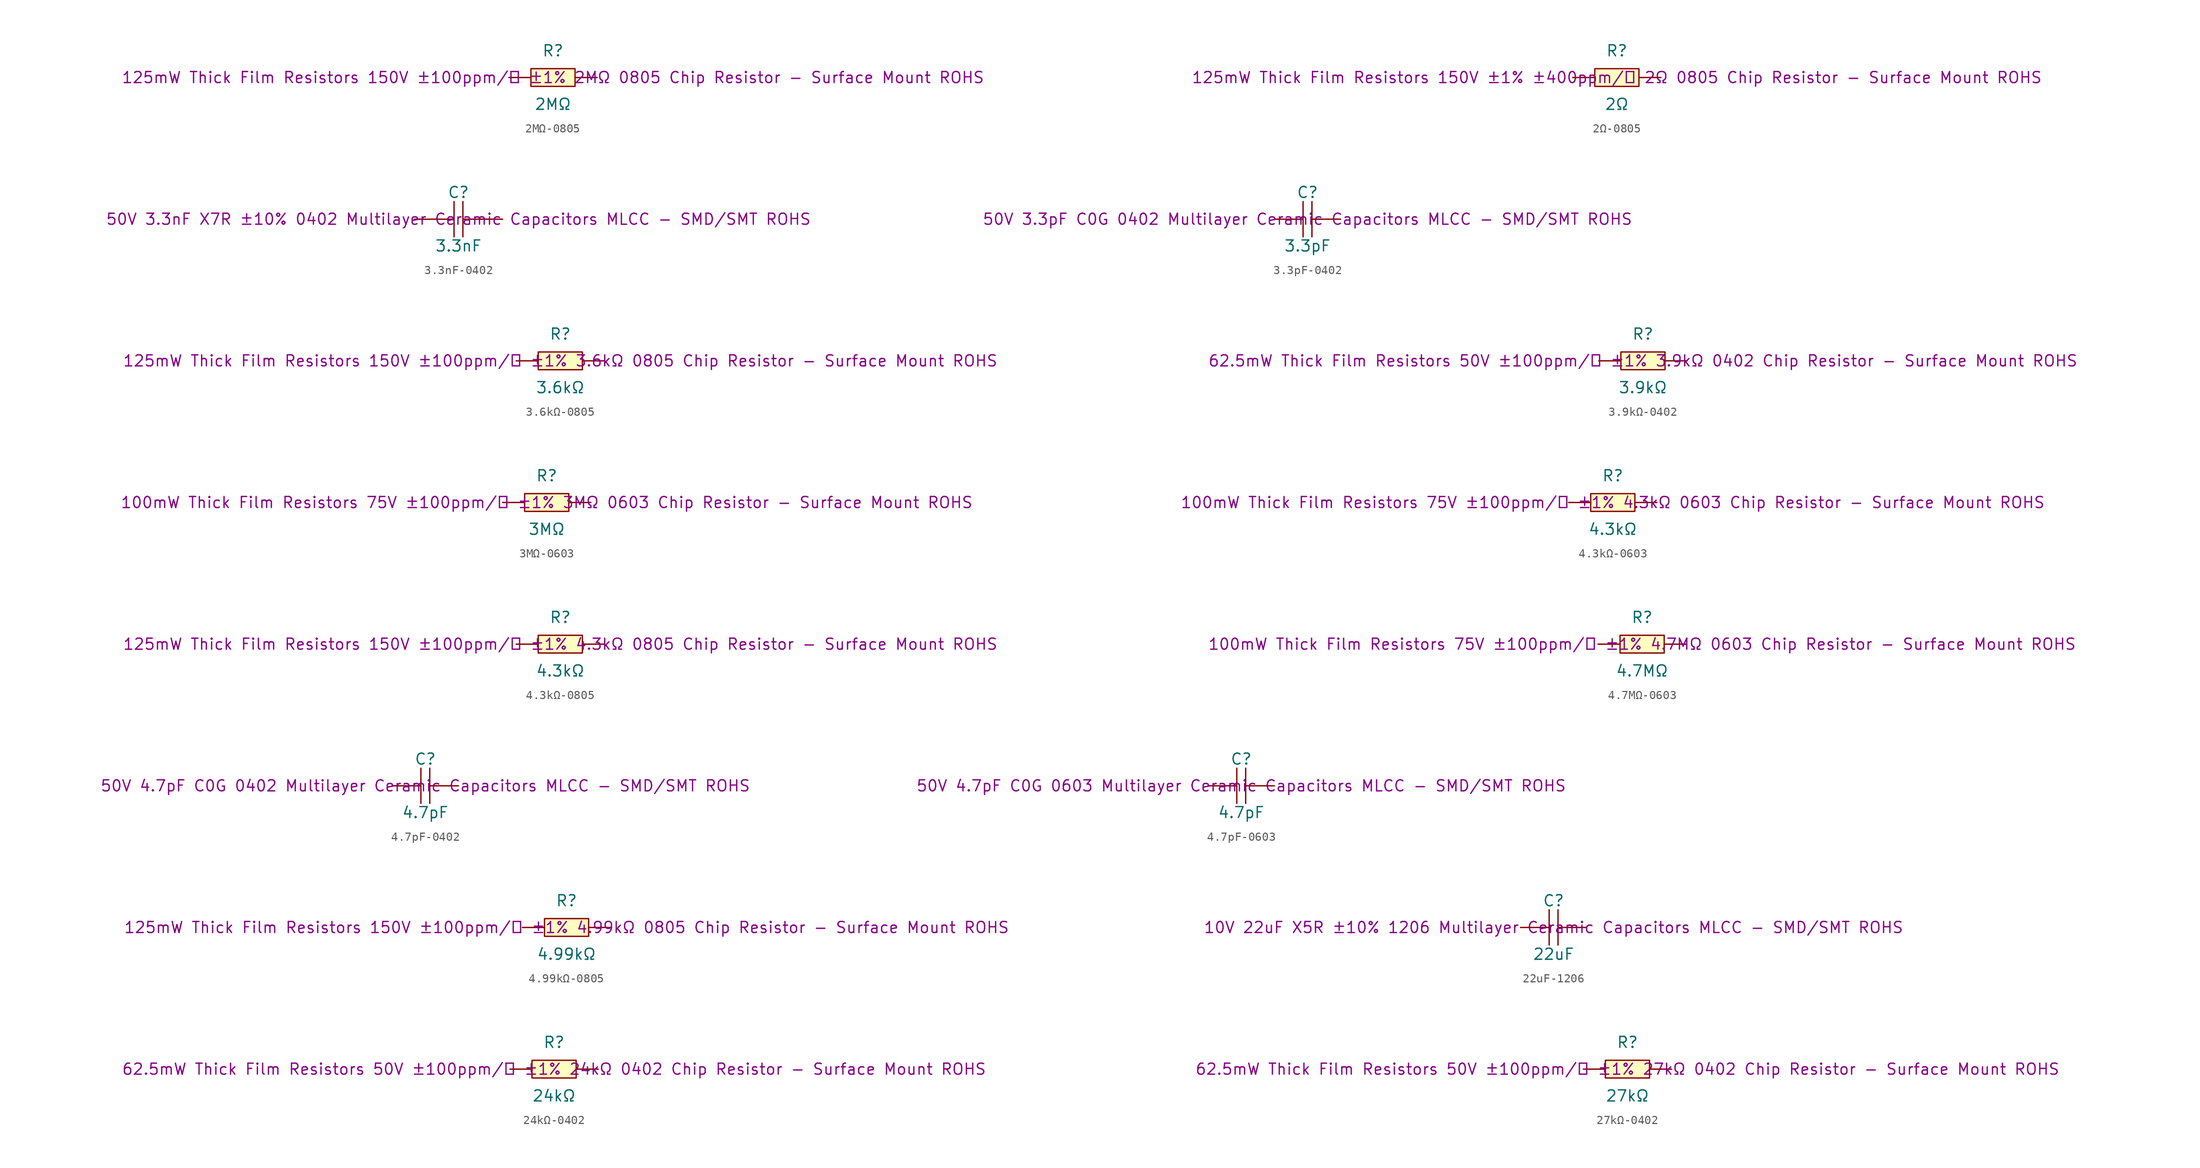
<source format=kicad_sym>
(kicad_symbol_lib
  (version 20241209)
  (generator "kicad_symbol_editor")
  (generator_version "9.0")
  (symbol "2MΩ-0805"
    (pin_numbers
      (hide yes))
    (pin_names
      (hide yes))
    (property "Reference" "R"
      (at 0 3.08 0)
      (effects (font (size 1.27 1.27))))
    (property "Value" "2MΩ"
      (at 0 -3.08 0)
      (effects (font (size 1.27 1.27))))
    (property "Description" "125mW Thick Film Resistors 150V ±100ppm/℃ ±1% 2MΩ 0805 Chip Resistor - Surface Mount ROHS"
      (at 0 0 0)
      (effects (font (size 1.27 1.27))))
    (symbol "2MΩ-0805_0_1"
      (rectangle (start -2.54 1.02) (end 2.54 -1.02) (stroke (width 0) (type default)) (fill (type background)))
      (pin input line (at -5.08 0 0) (length 2.54) (name "1" (effects (font (size 1.27 1.27)))) (number "1" (effects (font (size 1.27 1.27)))))
      (pin input line (at 5.08 0 180) (length 2.54) (name "2" (effects (font (size 1.27 1.27)))) (number "2" (effects (font (size 1.27 1.27)))))))
  (symbol "2Ω-0805"
    (pin_numbers
      (hide yes))
    (pin_names
      (hide yes))
    (property "Reference" "R"
      (at 0 3.08 0)
      (effects (font (size 1.27 1.27))))
    (property "Value" "2Ω"
      (at 0 -3.08 0)
      (effects (font (size 1.27 1.27))))
    (property "Description" "125mW Thick Film Resistors 150V ±1% ±400ppm/℃ 2Ω 0805 Chip Resistor - Surface Mount ROHS"
      (at 0 0 0)
      (effects (font (size 1.27 1.27))))
    (symbol "2Ω-0805_0_1"
      (rectangle (start -2.54 1.02) (end 2.54 -1.02) (stroke (width 0) (type default)) (fill (type background)))
      (pin input line (at -5.08 0 0) (length 2.54) (name "1" (effects (font (size 1.27 1.27)))) (number "1" (effects (font (size 1.27 1.27)))))
      (pin input line (at 5.08 0 180) (length 2.54) (name "2" (effects (font (size 1.27 1.27)))) (number "2" (effects (font (size 1.27 1.27)))))))
  (symbol "3.3nF-0402"
    (pin_numbers
      (hide yes))
    (pin_names
      (hide yes))
    (property "Reference" "C"
      (at 0 3.08 0)
      (effects (font (size 1.27 1.27))))
    (property "Value" "3.3nF"
      (at 0 -3.08 0)
      (effects (font (size 1.27 1.27))))
    (property "Description" "50V 3.3nF X7R ±10% 0402 Multilayer Ceramic Capacitors MLCC - SMD/SMT ROHS"
      (at 0 0 0)
      (effects (font (size 1.27 1.27))))
    (symbol "3.3nF-0402_0_1"
      (polyline (pts (xy -0.51 0) (xy -2.54 0)) (stroke (width 0) (type default)) (fill (type none)))
      (polyline (pts (xy -0.51 -2.03) (xy -0.51 2.03)) (stroke (width 0) (type default)) (fill (type none)))
      (polyline (pts (xy 0.51 2.03) (xy 0.51 -2.03)) (stroke (width 0) (type default)) (fill (type none)))
      (polyline (pts (xy 2.54 0) (xy 0.51 0)) (stroke (width 0) (type default)) (fill (type none)))
      (pin unspecified line (at -5.08 0 0) (length 2.54) (name "1" (effects (font (size 1.27 1.27)))) (number "1" (effects (font (size 1.27 1.27)))))
      (pin unspecified line (at 5.08 0 180) (length 2.54) (name "2" (effects (font (size 1.27 1.27)))) (number "2" (effects (font (size 1.27 1.27)))))))
  (symbol "3.3pF-0402"
    (pin_numbers
      (hide yes))
    (pin_names
      (hide yes))
    (property "Reference" "C"
      (at 0 3.08 0)
      (effects (font (size 1.27 1.27))))
    (property "Value" "3.3pF"
      (at 0 -3.08 0)
      (effects (font (size 1.27 1.27))))
    (property "Description" "50V 3.3pF C0G 0402 Multilayer Ceramic Capacitors MLCC - SMD/SMT ROHS"
      (at 0 0 0)
      (effects (font (size 1.27 1.27))))
    (symbol "3.3pF-0402_0_1"
      (polyline (pts (xy -1.27 0) (xy -0.51 0)) (stroke (width 0) (type default)) (fill (type none)))
      (polyline (pts (xy -0.51 2.03) (xy -0.51 -2.03)) (stroke (width 0) (type default)) (fill (type none)))
      (polyline (pts (xy 0.51 2.03) (xy 0.51 -2.03)) (stroke (width 0) (type default)) (fill (type none)))
      (polyline (pts (xy 0.51 0) (xy 1.27 0)) (stroke (width 0) (type default)) (fill (type none)))
      (pin input line (at -3.81 0 0) (length 2.54) (name "1" (effects (font (size 1.27 1.27)))) (number "1" (effects (font (size 1.27 1.27)))))
      (pin input line (at 3.81 0 180) (length 2.54) (name "2" (effects (font (size 1.27 1.27)))) (number "2" (effects (font (size 1.27 1.27)))))))
  (symbol "3.6kΩ-0805"
    (pin_numbers
      (hide yes))
    (pin_names
      (hide yes))
    (property "Reference" "R"
      (at 0 3.08 0)
      (effects (font (size 1.27 1.27))))
    (property "Value" "3.6kΩ"
      (at 0 -3.08 0)
      (effects (font (size 1.27 1.27))))
    (property "Description" "125mW Thick Film Resistors 150V ±100ppm/℃ ±1% 3.6kΩ 0805 Chip Resistor - Surface Mount ROHS"
      (at 0 0 0)
      (effects (font (size 1.27 1.27))))
    (symbol "3.6kΩ-0805_0_1"
      (rectangle (start -2.54 1.02) (end 2.54 -1.02) (stroke (width 0) (type default)) (fill (type background)))
      (pin input line (at -5.08 0 0) (length 2.54) (name "1" (effects (font (size 1.27 1.27)))) (number "1" (effects (font (size 1.27 1.27)))))
      (pin input line (at 5.08 0 180) (length 2.54) (name "2" (effects (font (size 1.27 1.27)))) (number "2" (effects (font (size 1.27 1.27)))))))
  (symbol "3.9kΩ-0402"
    (pin_numbers
      (hide yes))
    (pin_names
      (hide yes))
    (property "Reference" "R"
      (at 0 3.08 0)
      (effects (font (size 1.27 1.27))))
    (property "Value" "3.9kΩ"
      (at 0 -3.08 0)
      (effects (font (size 1.27 1.27))))
    (property "Description" "62.5mW Thick Film Resistors 50V ±100ppm/℃ ±1% 3.9kΩ 0402 Chip Resistor - Surface Mount ROHS"
      (at 0 0 0)
      (effects (font (size 1.27 1.27))))
    (symbol "3.9kΩ-0402_0_1"
      (rectangle (start -2.54 1.02) (end 2.54 -1.02) (stroke (width 0) (type default)) (fill (type background)))
      (pin input line (at -5.08 0 0) (length 2.54) (name "1" (effects (font (size 1.27 1.27)))) (number "1" (effects (font (size 1.27 1.27)))))
      (pin input line (at 5.08 0 180) (length 2.54) (name "2" (effects (font (size 1.27 1.27)))) (number "2" (effects (font (size 1.27 1.27)))))))
  (symbol "3MΩ-0603"
    (pin_numbers
      (hide yes))
    (pin_names
      (hide yes))
    (property "Reference" "R"
      (at 0 3.08 0)
      (effects (font (size 1.27 1.27))))
    (property "Value" "3MΩ"
      (at 0 -3.08 0)
      (effects (font (size 1.27 1.27))))
    (property "Description" "100mW Thick Film Resistors 75V ±100ppm/℃ ±1% 3MΩ 0603 Chip Resistor - Surface Mount ROHS"
      (at 0 0 0)
      (effects (font (size 1.27 1.27))))
    (symbol "3MΩ-0603_0_1"
      (rectangle (start -2.54 1.02) (end 2.54 -1.02) (stroke (width 0) (type default)) (fill (type background)))
      (pin input line (at -5.08 0 0) (length 2.54) (name "1" (effects (font (size 1.27 1.27)))) (number "1" (effects (font (size 1.27 1.27)))))
      (pin input line (at 5.08 0 180) (length 2.54) (name "2" (effects (font (size 1.27 1.27)))) (number "2" (effects (font (size 1.27 1.27)))))))
  (symbol "4.3kΩ-0603"
    (pin_numbers
      (hide yes))
    (pin_names
      (hide yes))
    (property "Reference" "R"
      (at 0 3.08 0)
      (effects (font (size 1.27 1.27))))
    (property "Value" "4.3kΩ"
      (at 0 -3.08 0)
      (effects (font (size 1.27 1.27))))
    (property "Description" "100mW Thick Film Resistors 75V ±100ppm/℃ ±1% 4.3kΩ 0603 Chip Resistor - Surface Mount ROHS"
      (at 0 0 0)
      (effects (font (size 1.27 1.27))))
    (symbol "4.3kΩ-0603_0_1"
      (rectangle (start -2.54 1.02) (end 2.54 -1.02) (stroke (width 0) (type default)) (fill (type background)))
      (pin input line (at -5.08 0 0) (length 2.54) (name "1" (effects (font (size 1.27 1.27)))) (number "1" (effects (font (size 1.27 1.27)))))
      (pin input line (at 5.08 0 180) (length 2.54) (name "2" (effects (font (size 1.27 1.27)))) (number "2" (effects (font (size 1.27 1.27)))))))
  (symbol "4.3kΩ-0805"
    (pin_numbers
      (hide yes))
    (pin_names
      (hide yes))
    (property "Reference" "R"
      (at 0 3.08 0)
      (effects (font (size 1.27 1.27))))
    (property "Value" "4.3kΩ"
      (at 0 -3.08 0)
      (effects (font (size 1.27 1.27))))
    (property "Description" "125mW Thick Film Resistors 150V ±100ppm/℃ ±1% 4.3kΩ 0805 Chip Resistor - Surface Mount ROHS"
      (at 0 0 0)
      (effects (font (size 1.27 1.27))))
    (symbol "4.3kΩ-0805_0_1"
      (rectangle (start -2.54 1.02) (end 2.54 -1.02) (stroke (width 0) (type default)) (fill (type background)))
      (pin input line (at -5.08 0 0) (length 2.54) (name "1" (effects (font (size 1.27 1.27)))) (number "1" (effects (font (size 1.27 1.27)))))
      (pin input line (at 5.08 0 180) (length 2.54) (name "2" (effects (font (size 1.27 1.27)))) (number "2" (effects (font (size 1.27 1.27)))))))
  (symbol "4.7MΩ-0603"
    (pin_numbers
      (hide yes))
    (pin_names
      (hide yes))
    (property "Reference" "R"
      (at 0 3.08 0)
      (effects (font (size 1.27 1.27))))
    (property "Value" "4.7MΩ"
      (at 0 -3.08 0)
      (effects (font (size 1.27 1.27))))
    (property "Description" "100mW Thick Film Resistors 75V ±100ppm/℃ ±1% 4.7MΩ 0603 Chip Resistor - Surface Mount ROHS"
      (at 0 0 0)
      (effects (font (size 1.27 1.27))))
    (symbol "4.7MΩ-0603_0_1"
      (rectangle (start -2.54 1.02) (end 2.54 -1.02) (stroke (width 0) (type default)) (fill (type background)))
      (pin input line (at -5.08 0 0) (length 2.54) (name "1" (effects (font (size 1.27 1.27)))) (number "1" (effects (font (size 1.27 1.27)))))
      (pin input line (at 5.08 0 180) (length 2.54) (name "2" (effects (font (size 1.27 1.27)))) (number "2" (effects (font (size 1.27 1.27)))))))
  (symbol "4.7pF-0402"
    (pin_numbers
      (hide yes))
    (pin_names
      (hide yes))
    (property "Reference" "C"
      (at 0 3.08 0)
      (effects (font (size 1.27 1.27))))
    (property "Value" "4.7pF"
      (at 0 -3.08 0)
      (effects (font (size 1.27 1.27))))
    (property "Description" "50V 4.7pF C0G 0402 Multilayer Ceramic Capacitors MLCC - SMD/SMT ROHS"
      (at 0 0 0)
      (effects (font (size 1.27 1.27))))
    (symbol "4.7pF-0402_0_1"
      (polyline (pts (xy -1.27 0) (xy -0.51 0)) (stroke (width 0) (type default)) (fill (type none)))
      (polyline (pts (xy -0.51 2.03) (xy -0.51 -2.03)) (stroke (width 0) (type default)) (fill (type none)))
      (polyline (pts (xy 0.51 2.03) (xy 0.51 -2.03)) (stroke (width 0) (type default)) (fill (type none)))
      (polyline (pts (xy 0.51 0) (xy 1.27 0)) (stroke (width 0) (type default)) (fill (type none)))
      (pin input line (at -3.81 0 0) (length 2.54) (name "1" (effects (font (size 1.27 1.27)))) (number "1" (effects (font (size 1.27 1.27)))))
      (pin input line (at 3.81 0 180) (length 2.54) (name "2" (effects (font (size 1.27 1.27)))) (number "2" (effects (font (size 1.27 1.27)))))))
  (symbol "4.7pF-0603"
    (pin_numbers
      (hide yes))
    (pin_names
      (hide yes))
    (property "Reference" "C"
      (at 0 3.08 0)
      (effects (font (size 1.27 1.27))))
    (property "Value" "4.7pF"
      (at 0 -3.08 0)
      (effects (font (size 1.27 1.27))))
    (property "Description" "50V 4.7pF C0G 0603 Multilayer Ceramic Capacitors MLCC - SMD/SMT ROHS"
      (at 0 0 0)
      (effects (font (size 1.27 1.27))))
    (symbol "4.7pF-0603_0_1"
      (polyline (pts (xy -1.27 0) (xy -0.51 0)) (stroke (width 0) (type default)) (fill (type none)))
      (polyline (pts (xy -0.51 2.03) (xy -0.51 -2.03)) (stroke (width 0) (type default)) (fill (type none)))
      (polyline (pts (xy 0.51 2.03) (xy 0.51 -2.03)) (stroke (width 0) (type default)) (fill (type none)))
      (polyline (pts (xy 0.51 0) (xy 1.27 0)) (stroke (width 0) (type default)) (fill (type none)))
      (pin input line (at -3.81 0 0) (length 2.54) (name "1" (effects (font (size 1.27 1.27)))) (number "1" (effects (font (size 1.27 1.27)))))
      (pin input line (at 3.81 0 180) (length 2.54) (name "2" (effects (font (size 1.27 1.27)))) (number "2" (effects (font (size 1.27 1.27)))))))
  (symbol "4.99kΩ-0805"
    (pin_numbers
      (hide yes))
    (pin_names
      (hide yes))
    (property "Reference" "R"
      (at 0 3.08 0)
      (effects (font (size 1.27 1.27))))
    (property "Value" "4.99kΩ"
      (at 0 -3.08 0)
      (effects (font (size 1.27 1.27))))
    (property "Description" "125mW Thick Film Resistors 150V ±100ppm/℃ ±1% 4.99kΩ 0805 Chip Resistor - Surface Mount ROHS"
      (at 0 0 0)
      (effects (font (size 1.27 1.27))))
    (symbol "4.99kΩ-0805_0_1"
      (rectangle (start -2.54 1.02) (end 2.54 -1.02) (stroke (width 0) (type default)) (fill (type background)))
      (pin input line (at -5.08 0 0) (length 2.54) (name "1" (effects (font (size 1.27 1.27)))) (number "1" (effects (font (size 1.27 1.27)))))
      (pin input line (at 5.08 0 180) (length 2.54) (name "2" (effects (font (size 1.27 1.27)))) (number "2" (effects (font (size 1.27 1.27)))))))
  (symbol "22uF-1206"
    (pin_numbers
      (hide yes))
    (pin_names
      (hide yes))
    (property "Reference" "C"
      (at 0 3.08 0)
      (effects (font (size 1.27 1.27))))
    (property "Value" "22uF"
      (at 0 -3.08 0)
      (effects (font (size 1.27 1.27))))
    (property "Description" "10V 22uF X5R ±10% 1206 Multilayer Ceramic Capacitors MLCC - SMD/SMT ROHS"
      (at 0 0 0)
      (effects (font (size 1.27 1.27))))
    (symbol "22uF-1206_0_1"
      (polyline (pts (xy -1.27 0) (xy -0.51 0)) (stroke (width 0) (type default)) (fill (type none)))
      (polyline (pts (xy -0.51 2.03) (xy -0.51 -2.03)) (stroke (width 0) (type default)) (fill (type none)))
      (polyline (pts (xy 0.51 2.03) (xy 0.51 -2.03)) (stroke (width 0) (type default)) (fill (type none)))
      (polyline (pts (xy 0.51 0) (xy 1.27 0)) (stroke (width 0) (type default)) (fill (type none)))
      (pin input line (at -3.81 0 0) (length 2.54) (name "1" (effects (font (size 1.27 1.27)))) (number "1" (effects (font (size 1.27 1.27)))))
      (pin input line (at 3.81 0 180) (length 2.54) (name "2" (effects (font (size 1.27 1.27)))) (number "2" (effects (font (size 1.27 1.27)))))))
  (symbol "24kΩ-0402"
    (pin_numbers
      (hide yes))
    (pin_names
      (hide yes))
    (property "Reference" "R"
      (at 0 3.08 0)
      (effects (font (size 1.27 1.27))))
    (property "Value" "24kΩ"
      (at 0 -3.08 0)
      (effects (font (size 1.27 1.27))))
    (property "Description" "62.5mW Thick Film Resistors 50V ±100ppm/℃ ±1% 24kΩ 0402 Chip Resistor - Surface Mount ROHS"
      (at 0 0 0)
      (effects (font (size 1.27 1.27))))
    (symbol "24kΩ-0402_0_1"
      (rectangle (start -2.54 1.02) (end 2.54 -1.02) (stroke (width 0) (type default)) (fill (type background)))
      (pin input line (at -5.08 0 0) (length 2.54) (name "1" (effects (font (size 1.27 1.27)))) (number "1" (effects (font (size 1.27 1.27)))))
      (pin input line (at 5.08 0 180) (length 2.54) (name "2" (effects (font (size 1.27 1.27)))) (number "2" (effects (font (size 1.27 1.27)))))))
  (symbol "27kΩ-0402"
    (pin_numbers
      (hide yes))
    (pin_names
      (hide yes))
    (property "Reference" "R"
      (at 0 3.08 0)
      (effects (font (size 1.27 1.27))))
    (property "Value" "27kΩ"
      (at 0 -3.08 0)
      (effects (font (size 1.27 1.27))))
    (property "Description" "62.5mW Thick Film Resistors 50V ±100ppm/℃ ±1% 27kΩ 0402 Chip Resistor - Surface Mount ROHS"
      (at 0 0 0)
      (effects (font (size 1.27 1.27))))
    (symbol "27kΩ-0402_0_1"
      (rectangle (start -2.54 1.02) (end 2.54 -1.02) (stroke (width 0) (type default)) (fill (type background)))
      (pin input line (at -5.08 0 0) (length 2.54) (name "1" (effects (font (size 1.27 1.27)))) (number "1" (effects (font (size 1.27 1.27)))))
      (pin input line (at 5.08 0 180) (length 2.54) (name "2" (effects (font (size 1.27 1.27)))) (number "2" (effects (font (size 1.27 1.27))))))))
</source>
